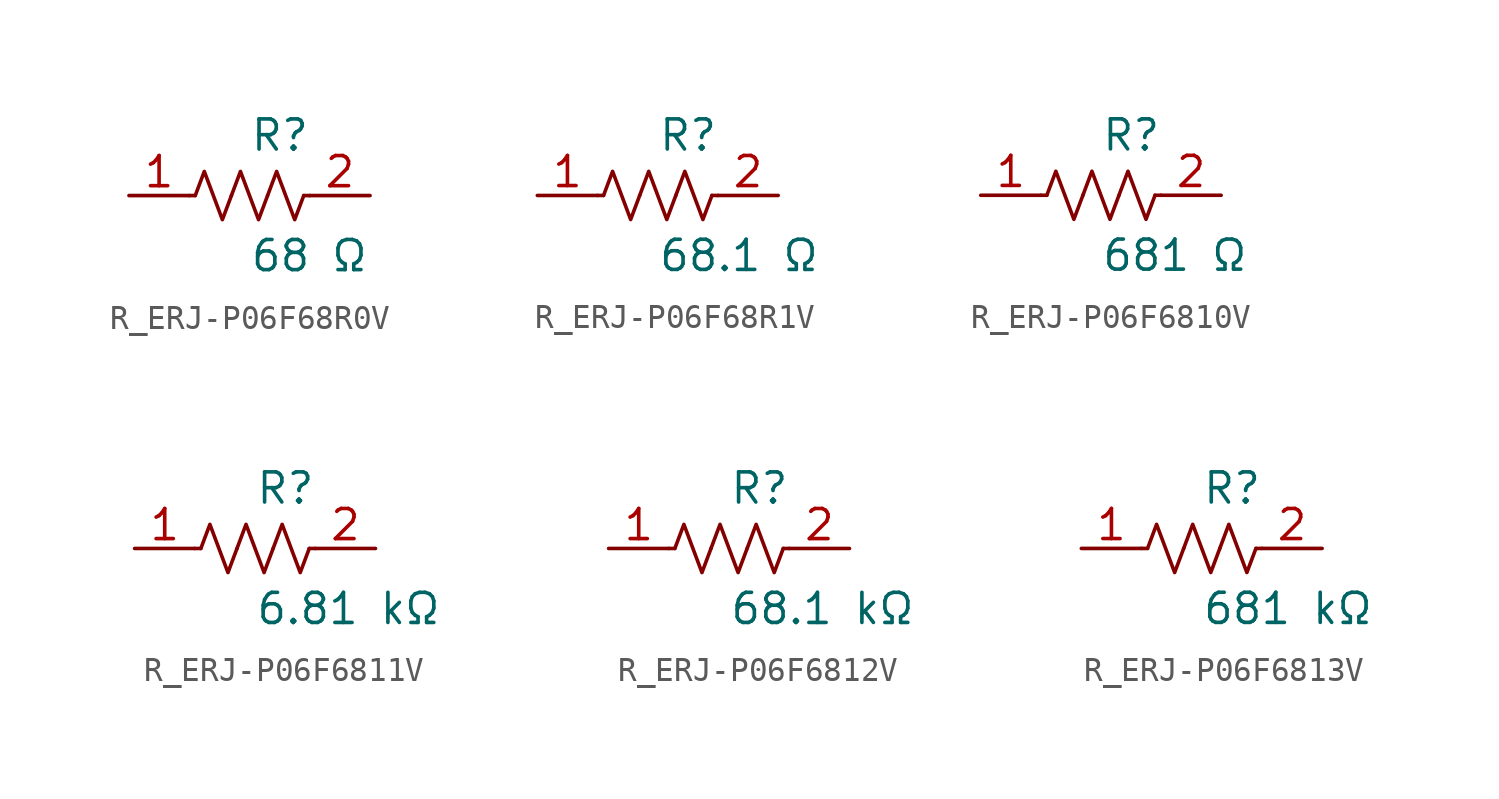
<source format=kicad_sym>
(kicad_symbol_lib
  (version 20231120)
  (generator kicad_symbol_editor)
  (generator_version 8.0)
  (symbol "R_ERJ-P06F68R0V"
    (pin_names
      (offset 0.254))
    (property "Reference" "R"
      (at 0 2.54 0)
      (effects (font (size 1.27 1.27)) (justify left)))
    (property "Value" "68 Ω"
      (at 0 -2.54 0)
      (effects (font (size 1.27 1.27)) (justify left)))
    (symbol "R_ERJ-P06F68R0V_0_1"
      (polyline (pts (xy 2.286 0) (xy 2.54 0)) (stroke (width 0) (type default)) (fill (type none)))
      (polyline (pts (xy -2.286 0) (xy -2.54 0)) (stroke (width 0) (type default)) (fill (type none)))
      (polyline (pts (xy 0.762 0) (xy 1.143 1.016) (xy 1.524 0) (xy 1.905 -1.016) (xy 2.286 0)) (stroke (width 0) (type default)) (fill (type none)))
      (polyline (pts (xy -0.762 0) (xy -0.381 1.016) (xy 0 0) (xy 0.381 -1.016) (xy 0.762 0)) (stroke (width 0) (type default)) (fill (type none)))
      (polyline (pts (xy -2.286 0) (xy -1.905 1.016) (xy -1.524 0) (xy -1.143 -1.016) (xy -0.762 0)) (stroke (width 0) (type default)) (fill (type none))))
    (pin passive line
      (at -5.08 0 0)
      (length 2.54)
      (name "" (effects (font (size 1.27 1.27))))
      (number "1" (effects (font (size 1.27 1.27)))))
    (pin passive line
      (at 5.08 0 180)
      (length 2.54)
      (name "" (effects (font (size 1.27 1.27))))
      (number "2" (effects (font (size 1.27 1.27))))))
  (symbol "R_ERJ-P06F68R1V"
    (pin_names
      (offset 0.254))
    (property "Reference" "R"
      (at 0 2.54 0)
      (effects (font (size 1.27 1.27)) (justify left)))
    (property "Value" "68.1 Ω"
      (at 0 -2.54 0)
      (effects (font (size 1.27 1.27)) (justify left)))
    (symbol "R_ERJ-P06F68R1V_0_1"
      (polyline (pts (xy 2.286 0) (xy 2.54 0)) (stroke (width 0) (type default)) (fill (type none)))
      (polyline (pts (xy -2.286 0) (xy -2.54 0)) (stroke (width 0) (type default)) (fill (type none)))
      (polyline (pts (xy 0.762 0) (xy 1.143 1.016) (xy 1.524 0) (xy 1.905 -1.016) (xy 2.286 0)) (stroke (width 0) (type default)) (fill (type none)))
      (polyline (pts (xy -0.762 0) (xy -0.381 1.016) (xy 0 0) (xy 0.381 -1.016) (xy 0.762 0)) (stroke (width 0) (type default)) (fill (type none)))
      (polyline (pts (xy -2.286 0) (xy -1.905 1.016) (xy -1.524 0) (xy -1.143 -1.016) (xy -0.762 0)) (stroke (width 0) (type default)) (fill (type none))))
    (pin passive line
      (at -5.08 0 0)
      (length 2.54)
      (name "" (effects (font (size 1.27 1.27))))
      (number "1" (effects (font (size 1.27 1.27)))))
    (pin passive line
      (at 5.08 0 180)
      (length 2.54)
      (name "" (effects (font (size 1.27 1.27))))
      (number "2" (effects (font (size 1.27 1.27))))))
  (symbol "R_ERJ-P06F6810V"
    (pin_names
      (offset 0.254))
    (property "Reference" "R"
      (at 0 2.54 0)
      (effects (font (size 1.27 1.27)) (justify left)))
    (property "Value" "681 Ω"
      (at 0 -2.54 0)
      (effects (font (size 1.27 1.27)) (justify left)))
    (symbol "R_ERJ-P06F6810V_0_1"
      (polyline (pts (xy 2.286 0) (xy 2.54 0)) (stroke (width 0) (type default)) (fill (type none)))
      (polyline (pts (xy -2.286 0) (xy -2.54 0)) (stroke (width 0) (type default)) (fill (type none)))
      (polyline (pts (xy 0.762 0) (xy 1.143 1.016) (xy 1.524 0) (xy 1.905 -1.016) (xy 2.286 0)) (stroke (width 0) (type default)) (fill (type none)))
      (polyline (pts (xy -0.762 0) (xy -0.381 1.016) (xy 0 0) (xy 0.381 -1.016) (xy 0.762 0)) (stroke (width 0) (type default)) (fill (type none)))
      (polyline (pts (xy -2.286 0) (xy -1.905 1.016) (xy -1.524 0) (xy -1.143 -1.016) (xy -0.762 0)) (stroke (width 0) (type default)) (fill (type none))))
    (pin passive line
      (at -5.08 0 0)
      (length 2.54)
      (name "" (effects (font (size 1.27 1.27))))
      (number "1" (effects (font (size 1.27 1.27)))))
    (pin passive line
      (at 5.08 0 180)
      (length 2.54)
      (name "" (effects (font (size 1.27 1.27))))
      (number "2" (effects (font (size 1.27 1.27))))))
  (symbol "R_ERJ-P06F6811V"
    (pin_names
      (offset 0.254))
    (property "Reference" "R"
      (at 0 2.54 0)
      (effects (font (size 1.27 1.27)) (justify left)))
    (property "Value" "6.81 kΩ"
      (at 0 -2.54 0)
      (effects (font (size 1.27 1.27)) (justify left)))
    (symbol "R_ERJ-P06F6811V_0_1"
      (polyline (pts (xy 2.286 0) (xy 2.54 0)) (stroke (width 0) (type default)) (fill (type none)))
      (polyline (pts (xy -2.286 0) (xy -2.54 0)) (stroke (width 0) (type default)) (fill (type none)))
      (polyline (pts (xy 0.762 0) (xy 1.143 1.016) (xy 1.524 0) (xy 1.905 -1.016) (xy 2.286 0)) (stroke (width 0) (type default)) (fill (type none)))
      (polyline (pts (xy -0.762 0) (xy -0.381 1.016) (xy 0 0) (xy 0.381 -1.016) (xy 0.762 0)) (stroke (width 0) (type default)) (fill (type none)))
      (polyline (pts (xy -2.286 0) (xy -1.905 1.016) (xy -1.524 0) (xy -1.143 -1.016) (xy -0.762 0)) (stroke (width 0) (type default)) (fill (type none))))
    (pin passive line
      (at -5.08 0 0)
      (length 2.54)
      (name "" (effects (font (size 1.27 1.27))))
      (number "1" (effects (font (size 1.27 1.27)))))
    (pin passive line
      (at 5.08 0 180)
      (length 2.54)
      (name "" (effects (font (size 1.27 1.27))))
      (number "2" (effects (font (size 1.27 1.27))))))
  (symbol "R_ERJ-P06F6812V"
    (pin_names
      (offset 0.254))
    (property "Reference" "R"
      (at 0 2.54 0)
      (effects (font (size 1.27 1.27)) (justify left)))
    (property "Value" "68.1 kΩ"
      (at 0 -2.54 0)
      (effects (font (size 1.27 1.27)) (justify left)))
    (symbol "R_ERJ-P06F6812V_0_1"
      (polyline (pts (xy 2.286 0) (xy 2.54 0)) (stroke (width 0) (type default)) (fill (type none)))
      (polyline (pts (xy -2.286 0) (xy -2.54 0)) (stroke (width 0) (type default)) (fill (type none)))
      (polyline (pts (xy 0.762 0) (xy 1.143 1.016) (xy 1.524 0) (xy 1.905 -1.016) (xy 2.286 0)) (stroke (width 0) (type default)) (fill (type none)))
      (polyline (pts (xy -0.762 0) (xy -0.381 1.016) (xy 0 0) (xy 0.381 -1.016) (xy 0.762 0)) (stroke (width 0) (type default)) (fill (type none)))
      (polyline (pts (xy -2.286 0) (xy -1.905 1.016) (xy -1.524 0) (xy -1.143 -1.016) (xy -0.762 0)) (stroke (width 0) (type default)) (fill (type none))))
    (pin passive line
      (at -5.08 0 0)
      (length 2.54)
      (name "" (effects (font (size 1.27 1.27))))
      (number "1" (effects (font (size 1.27 1.27)))))
    (pin passive line
      (at 5.08 0 180)
      (length 2.54)
      (name "" (effects (font (size 1.27 1.27))))
      (number "2" (effects (font (size 1.27 1.27))))))
  (symbol "R_ERJ-P06F6813V"
    (pin_names
      (offset 0.254))
    (property "Reference" "R"
      (at 0 2.54 0)
      (effects (font (size 1.27 1.27)) (justify left)))
    (property "Value" "681 kΩ"
      (at 0 -2.54 0)
      (effects (font (size 1.27 1.27)) (justify left)))
    (symbol "R_ERJ-P06F6813V_0_1"
      (polyline (pts (xy 2.286 0) (xy 2.54 0)) (stroke (width 0) (type default)) (fill (type none)))
      (polyline (pts (xy -2.286 0) (xy -2.54 0)) (stroke (width 0) (type default)) (fill (type none)))
      (polyline (pts (xy 0.762 0) (xy 1.143 1.016) (xy 1.524 0) (xy 1.905 -1.016) (xy 2.286 0)) (stroke (width 0) (type default)) (fill (type none)))
      (polyline (pts (xy -0.762 0) (xy -0.381 1.016) (xy 0 0) (xy 0.381 -1.016) (xy 0.762 0)) (stroke (width 0) (type default)) (fill (type none)))
      (polyline (pts (xy -2.286 0) (xy -1.905 1.016) (xy -1.524 0) (xy -1.143 -1.016) (xy -0.762 0)) (stroke (width 0) (type default)) (fill (type none))))
    (pin passive line
      (at -5.08 0 0)
      (length 2.54)
      (name "" (effects (font (size 1.27 1.27))))
      (number "1" (effects (font (size 1.27 1.27)))))
    (pin passive line
      (at 5.08 0 180)
      (length 2.54)
      (name "" (effects (font (size 1.27 1.27))))
      (number "2" (effects (font (size 1.27 1.27)))))))
</source>
